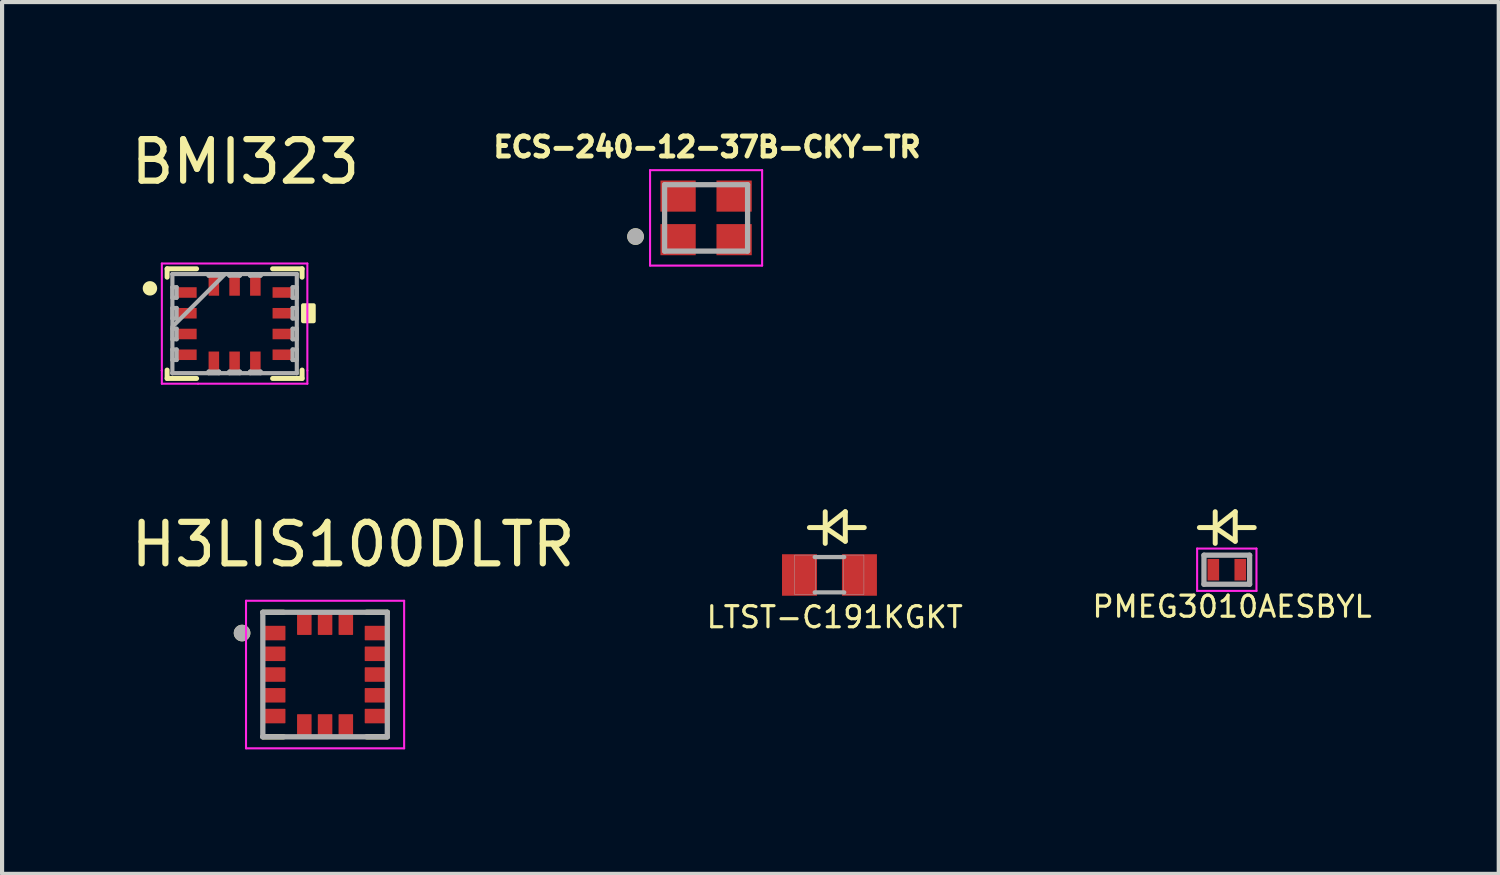
<source format=kicad_pcb>
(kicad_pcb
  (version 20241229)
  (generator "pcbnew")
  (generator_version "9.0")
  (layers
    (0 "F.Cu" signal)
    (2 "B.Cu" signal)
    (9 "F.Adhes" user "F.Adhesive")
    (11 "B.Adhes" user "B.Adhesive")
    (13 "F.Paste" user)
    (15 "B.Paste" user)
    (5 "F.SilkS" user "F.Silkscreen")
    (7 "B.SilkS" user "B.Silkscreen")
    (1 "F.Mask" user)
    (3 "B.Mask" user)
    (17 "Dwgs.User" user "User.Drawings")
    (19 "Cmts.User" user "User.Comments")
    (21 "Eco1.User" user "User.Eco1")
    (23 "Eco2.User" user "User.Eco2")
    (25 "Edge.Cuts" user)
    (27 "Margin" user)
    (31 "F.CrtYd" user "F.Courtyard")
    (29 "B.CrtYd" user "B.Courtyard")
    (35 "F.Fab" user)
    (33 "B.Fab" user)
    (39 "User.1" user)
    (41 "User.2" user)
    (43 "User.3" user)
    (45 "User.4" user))
  (footprint "BMI323"
    (layer "F.Cu")
    (at 2.603 4.748)
    (property "Reference" "BMI323" (at 0.26 -3.9 0) (layer "F.SilkS") (effects (font (size 1 1) (thickness 0.15))))
    (attr through_hole)
    (fp_line (start -1.626 -1.321) (end -1.626 -1.119) (stroke (width 0.12) (type solid)) (layer "F.SilkS"))
    (fp_line (start -1.626 1.119) (end -1.626 1.321) (stroke (width 0.12) (type solid)) (layer "F.SilkS"))
    (fp_line (start -1.626 1.321) (end -0.916 1.321) (stroke (width 0.12) (type solid)) (layer "F.SilkS"))
    (fp_line (start -0.916 -1.321) (end -1.626 -1.321) (stroke (width 0.12) (type solid)) (layer "F.SilkS"))
    (fp_line (start 0.916 1.321) (end 1.626 1.321) (stroke (width 0.12) (type solid)) (layer "F.SilkS"))
    (fp_line (start 1.626 -1.321) (end 0.916 -1.321) (stroke (width 0.12) (type solid)) (layer "F.SilkS"))
    (fp_line (start 1.626 -1.119) (end 1.626 -1.321) (stroke (width 0.12) (type solid)) (layer "F.SilkS"))
    (fp_line (start 1.626 1.321) (end 1.626 1.119) (stroke (width 0.12) (type solid)) (layer "F.SilkS"))
    (fp_circle (center -2.04 -0.85) (end -1.926 -0.85) (stroke (width 0.12) (type solid)) (fill yes) (layer "F.SilkS"))
    (fp_poly (pts (xy 1.905 -0.441) (xy 1.905 -0.059) (xy 1.651 -0.059) (xy 1.651 -0.441)) (stroke (width 0.1) (type solid)) (fill yes) (layer "F.SilkS"))
    (fp_line (start -1.753 -1.448) (end 1.753 -1.448) (stroke (width 0.05) (type solid)) (layer "F.CrtYd"))
    (fp_line (start -1.753 1.131) (end -1.753 -1.448) (stroke (width 0.05) (type solid)) (layer "F.CrtYd"))
    (fp_line (start -1.753 1.131) (end -1.753 1.131) (stroke (width 0.05) (type solid)) (layer "F.CrtYd"))
    (fp_line (start -1.753 1.131) (end -1.753 1.131) (stroke (width 0.05) (type solid)) (layer "F.CrtYd"))
    (fp_line (start -1.753 1.448) (end -1.753 1.131) (stroke (width 0.05) (type solid)) (layer "F.CrtYd"))
    (fp_line (start -0.881 1.448) (end -0.881 1.448) (stroke (width 0.05) (type solid)) (layer "F.CrtYd"))
    (fp_line (start 1.753 -1.448) (end 1.753 1.448) (stroke (width 0.05) (type solid)) (layer "F.CrtYd"))
    (fp_line (start 1.753 1.131) (end 1.753 1.131) (stroke (width 0.05) (type solid)) (layer "F.CrtYd"))
    (fp_line (start 1.753 1.448) (end -1.753 1.448) (stroke (width 0.05) (type solid)) (layer "F.CrtYd"))
    (fp_line (start -1.499 -1.194) (end -1.499 -1.194) (stroke (width 0.1) (type solid)) (layer "F.Fab"))
    (fp_line (start -1.499 -1.194) (end -1.499 1.194) (stroke (width 0.1) (type solid)) (layer "F.Fab"))
    (fp_line (start -1.499 -0.877) (end -1.397 -0.877) (stroke (width 0.1) (type solid)) (layer "F.Fab"))
    (fp_line (start -1.499 -0.623) (end -1.499 -0.877) (stroke (width 0.1) (type solid)) (layer "F.Fab"))
    (fp_line (start -1.499 -0.377) (end -1.397 -0.377) (stroke (width 0.1) (type solid)) (layer "F.Fab"))
    (fp_line (start -1.499 -0.123) (end -1.499 -0.377) (stroke (width 0.1) (type solid)) (layer "F.Fab"))
    (fp_line (start -1.499 0.076) (end -0.229 -1.194) (stroke (width 0.1) (type solid)) (layer "F.Fab"))
    (fp_line (start -1.499 0.123) (end -1.397 0.123) (stroke (width 0.1) (type solid)) (layer "F.Fab"))
    (fp_line (start -1.499 0.377) (end -1.499 0.123) (stroke (width 0.1) (type solid)) (layer "F.Fab"))
    (fp_line (start -1.499 0.623) (end -1.397 0.623) (stroke (width 0.1) (type solid)) (layer "F.Fab"))
    (fp_line (start -1.499 0.877) (end -1.499 0.623) (stroke (width 0.1) (type solid)) (layer "F.Fab"))
    (fp_line (start -1.499 1.194) (end -1.499 1.194) (stroke (width 0.1) (type solid)) (layer "F.Fab"))
    (fp_line (start -1.499 1.194) (end 1.499 1.194) (stroke (width 0.1) (type solid)) (layer "F.Fab"))
    (fp_line (start -1.397 -0.877) (end -1.397 -0.623) (stroke (width 0.1) (type solid)) (layer "F.Fab"))
    (fp_line (start -1.397 -0.623) (end -1.499 -0.623) (stroke (width 0.1) (type solid)) (layer "F.Fab"))
    (fp_line (start -1.397 -0.377) (end -1.397 -0.123) (stroke (width 0.1) (type solid)) (layer "F.Fab"))
    (fp_line (start -1.397 -0.123) (end -1.499 -0.123) (stroke (width 0.1) (type solid)) (layer "F.Fab"))
    (fp_line (start -1.397 0.123) (end -1.397 0.377) (stroke (width 0.1) (type solid)) (layer "F.Fab"))
    (fp_line (start -1.397 0.377) (end -1.499 0.377) (stroke (width 0.1) (type solid)) (layer "F.Fab"))
    (fp_line (start -1.397 0.623) (end -1.397 0.877) (stroke (width 0.1) (type solid)) (layer "F.Fab"))
    (fp_line (start -1.397 0.877) (end -1.499 0.877) (stroke (width 0.1) (type solid)) (layer "F.Fab"))
    (fp_line (start -0.627 -1.194) (end -0.373 -1.194) (stroke (width 0.1) (type solid)) (layer "F.Fab"))
    (fp_line (start -0.627 -1.156) (end -0.627 -1.194) (stroke (width 0.1) (type solid)) (layer "F.Fab"))
    (fp_line (start -0.627 1.156) (end -0.373 1.156) (stroke (width 0.1) (type solid)) (layer "F.Fab"))
    (fp_line (start -0.627 1.194) (end -0.627 1.156) (stroke (width 0.1) (type solid)) (layer "F.Fab"))
    (fp_line (start -0.373 -1.194) (end -0.373 -1.156) (stroke (width 0.1) (type solid)) (layer "F.Fab"))
    (fp_line (start -0.373 -1.156) (end -0.627 -1.156) (stroke (width 0.1) (type solid)) (layer "F.Fab"))
    (fp_line (start -0.373 1.156) (end -0.373 1.194) (stroke (width 0.1) (type solid)) (layer "F.Fab"))
    (fp_line (start -0.373 1.194) (end -0.627 1.194) (stroke (width 0.1) (type solid)) (layer "F.Fab"))
    (fp_line (start -0.127 -1.194) (end 0.127 -1.194) (stroke (width 0.1) (type solid)) (layer "F.Fab"))
    (fp_line (start -0.127 -1.156) (end -0.127 -1.194) (stroke (width 0.1) (type solid)) (layer "F.Fab"))
    (fp_line (start -0.127 1.156) (end 0.127 1.156) (stroke (width 0.1) (type solid)) (layer "F.Fab"))
    (fp_line (start -0.127 1.194) (end -0.127 1.156) (stroke (width 0.1) (type solid)) (layer "F.Fab"))
    (fp_line (start 0.127 -1.194) (end 0.127 -1.156) (stroke (width 0.1) (type solid)) (layer "F.Fab"))
    (fp_line (start 0.127 -1.156) (end -0.127 -1.156) (stroke (width 0.1) (type solid)) (layer "F.Fab"))
    (fp_line (start 0.127 1.156) (end 0.127 1.194) (stroke (width 0.1) (type solid)) (layer "F.Fab"))
    (fp_line (start 0.127 1.194) (end -0.127 1.194) (stroke (width 0.1) (type solid)) (layer "F.Fab"))
    (fp_line (start 0.373 -1.194) (end 0.627 -1.194) (stroke (width 0.1) (type solid)) (layer "F.Fab"))
    (fp_line (start 0.373 -1.156) (end 0.373 -1.194) (stroke (width 0.1) (type solid)) (layer "F.Fab"))
    (fp_line (start 0.373 1.156) (end 0.627 1.156) (stroke (width 0.1) (type solid)) (layer "F.Fab"))
    (fp_line (start 0.373 1.194) (end 0.373 1.156) (stroke (width 0.1) (type solid)) (layer "F.Fab"))
    (fp_line (start 0.627 -1.194) (end 0.627 -1.156) (stroke (width 0.1) (type solid)) (layer "F.Fab"))
    (fp_line (start 0.627 -1.156) (end 0.373 -1.156) (stroke (width 0.1) (type solid)) (layer "F.Fab"))
    (fp_line (start 0.627 1.156) (end 0.627 1.194) (stroke (width 0.1) (type solid)) (layer "F.Fab"))
    (fp_line (start 0.627 1.194) (end 0.373 1.194) (stroke (width 0.1) (type solid)) (layer "F.Fab"))
    (fp_line (start 1.397 -0.877) (end 1.499 -0.877) (stroke (width 0.1) (type solid)) (layer "F.Fab"))
    (fp_line (start 1.397 -0.623) (end 1.397 -0.877) (stroke (width 0.1) (type solid)) (layer "F.Fab"))
    (fp_line (start 1.397 -0.377) (end 1.499 -0.377) (stroke (width 0.1) (type solid)) (layer "F.Fab"))
    (fp_line (start 1.397 -0.123) (end 1.397 -0.377) (stroke (width 0.1) (type solid)) (layer "F.Fab"))
    (fp_line (start 1.397 0.123) (end 1.499 0.123) (stroke (width 0.1) (type solid)) (layer "F.Fab"))
    (fp_line (start 1.397 0.377) (end 1.397 0.123) (stroke (width 0.1) (type solid)) (layer "F.Fab"))
    (fp_line (start 1.397 0.623) (end 1.499 0.623) (stroke (width 0.1) (type solid)) (layer "F.Fab"))
    (fp_line (start 1.397 0.877) (end 1.397 0.623) (stroke (width 0.1) (type solid)) (layer "F.Fab"))
    (fp_line (start 1.499 -1.194) (end -1.499 -1.194) (stroke (width 0.1) (type solid)) (layer "F.Fab"))
    (fp_line (start 1.499 -1.194) (end 1.499 -1.194) (stroke (width 0.1) (type solid)) (layer "F.Fab"))
    (fp_line (start 1.499 -0.877) (end 1.499 -0.623) (stroke (width 0.1) (type solid)) (layer "F.Fab"))
    (fp_line (start 1.499 -0.623) (end 1.397 -0.623) (stroke (width 0.1) (type solid)) (layer "F.Fab"))
    (fp_line (start 1.499 -0.377) (end 1.499 -0.123) (stroke (width 0.1) (type solid)) (layer "F.Fab"))
    (fp_line (start 1.499 -0.123) (end 1.397 -0.123) (stroke (width 0.1) (type solid)) (layer "F.Fab"))
    (fp_line (start 1.499 0.123) (end 1.499 0.377) (stroke (width 0.1) (type solid)) (layer "F.Fab"))
    (fp_line (start 1.499 0.377) (end 1.397 0.377) (stroke (width 0.1) (type solid)) (layer "F.Fab"))
    (fp_line (start 1.499 0.623) (end 1.499 0.877) (stroke (width 0.1) (type solid)) (layer "F.Fab"))
    (fp_line (start 1.499 0.877) (end 1.397 0.877) (stroke (width 0.1) (type solid)) (layer "F.Fab"))
    (fp_line (start 1.499 1.194) (end 1.499 -1.194) (stroke (width 0.1) (type solid)) (layer "F.Fab"))
    (fp_line (start 1.499 1.194) (end 1.499 1.194) (stroke (width 0.1) (type solid)) (layer "F.Fab"))
    (pad "1" smd rect (at -1.156 -0.75 90) (size 0.254 0.483) (layers "F.Cu" "F.Mask" "F.Paste"))
    (pad "2" smd rect (at -1.156 -0.25 90) (size 0.254 0.483) (layers "F.Cu" "F.Mask" "F.Paste"))
    (pad "3" smd rect (at -1.156 0.25 90) (size 0.254 0.483) (layers "F.Cu" "F.Mask" "F.Paste"))
    (pad "4" smd rect (at -1.156 0.75 90) (size 0.254 0.483) (layers "F.Cu" "F.Mask" "F.Paste"))
    (pad "5" smd rect (at -0.5 0.914) (size 0.254 0.483) (layers "F.Cu" "F.Mask" "F.Paste"))
    (pad "6" smd rect (at 0 0.914) (size 0.254 0.483) (layers "F.Cu" "F.Mask" "F.Paste"))
    (pad "7" smd rect (at 0.5 0.914) (size 0.254 0.483) (layers "F.Cu" "F.Mask" "F.Paste"))
    (pad "8" smd rect (at 1.156 0.75 90) (size 0.254 0.483) (layers "F.Cu" "F.Mask" "F.Paste"))
    (pad "9" smd rect (at 1.156 0.25 90) (size 0.254 0.483) (layers "F.Cu" "F.Mask" "F.Paste"))
    (pad "10" smd rect (at 1.156 -0.25 90) (size 0.254 0.483) (layers "F.Cu" "F.Mask" "F.Paste"))
    (pad "11" smd rect (at 1.156 -0.75 90) (size 0.254 0.483) (layers "F.Cu" "F.Mask" "F.Paste"))
    (pad "12" smd rect (at 0.5 -0.914) (size 0.254 0.483) (layers "F.Cu" "F.Mask" "F.Paste"))
    (pad "13" smd rect (at 0 -0.914) (size 0.254 0.483) (layers "F.Cu" "F.Mask" "F.Paste"))
    (pad "14" smd rect (at -0.5 -0.914) (size 0.254 0.483) (layers "F.Cu" "F.Mask" "F.Paste")))
  (footprint "H3LIS100DLTR"
    (layer "F.Cu")
    (at 4.783 13.204)
    (property "Reference" "H3LIS100DLTR" (at 0.675 -3.135 0) (layer "F.SilkS") (effects (font (size 1 1) (thickness 0.15))))
    (attr smd)
    (fp_line (start -1.5 -1.5) (end -1 -1.5) (stroke (width 0.127) (type solid)) (layer "F.SilkS"))
    (fp_line (start -1.5 1.5) (end -1 1.5) (stroke (width 0.127) (type solid)) (layer "F.SilkS"))
    (fp_line (start 1.5 -1.5) (end 1 -1.5) (stroke (width 0.127) (type solid)) (layer "F.SilkS"))
    (fp_line (start 1.5 1.5) (end 1 1.5) (stroke (width 0.127) (type solid)) (layer "F.SilkS"))
    (fp_circle (center -2 -1) (end -1.9 -1) (stroke (width 0.2) (type solid)) (fill no) (layer "F.SilkS"))
    (fp_line (start -1.905 -1.778) (end 1.905 -1.778) (stroke (width 0.05) (type solid)) (layer "F.CrtYd"))
    (fp_line (start -1.905 1.778) (end -1.905 -1.778) (stroke (width 0.05) (type solid)) (layer "F.CrtYd"))
    (fp_line (start -1.905 1.778) (end 1.905 1.778) (stroke (width 0.05) (type solid)) (layer "F.CrtYd"))
    (fp_line (start 1.905 1.778) (end 1.905 -1.778) (stroke (width 0.05) (type solid)) (layer "F.CrtYd"))
    (fp_line (start -1.5 1.5) (end -1.5 -1.5) (stroke (width 0.127) (type solid)) (layer "F.Fab"))
    (fp_line (start 1.5 -1.5) (end -1.5 -1.5) (stroke (width 0.127) (type solid)) (layer "F.Fab"))
    (fp_line (start 1.5 1.5) (end -1.5 1.5) (stroke (width 0.127) (type solid)) (layer "F.Fab"))
    (fp_line (start 1.5 1.5) (end 1.5 -1.5) (stroke (width 0.127) (type solid)) (layer "F.Fab"))
    (fp_circle (center -2 -1) (end -1.9 -1) (stroke (width 0.2) (type solid)) (fill no) (layer "F.Fab"))
    (pad "1" smd roundrect (at -1.22 -1) (size 0.53 0.35) (layers "F.Cu" "F.Mask" "F.Paste") (roundrect_rratio 0.04))
    (pad "2" smd roundrect (at -1.22 -0.5) (size 0.53 0.35) (layers "F.Cu" "F.Mask" "F.Paste") (roundrect_rratio 0.04))
    (pad "3" smd roundrect (at -1.22 0) (size 0.53 0.35) (layers "F.Cu" "F.Mask" "F.Paste") (roundrect_rratio 0.04))
    (pad "4" smd roundrect (at -1.22 0.5) (size 0.53 0.35) (layers "F.Cu" "F.Mask" "F.Paste") (roundrect_rratio 0.04))
    (pad "5" smd roundrect (at -1.22 1) (size 0.53 0.35) (layers "F.Cu" "F.Mask" "F.Paste") (roundrect_rratio 0.04))
    (pad "6" smd roundrect (at -0.5 1.22 90) (size 0.53 0.35) (layers "F.Cu" "F.Mask" "F.Paste") (roundrect_rratio 0.04))
    (pad "7" smd roundrect (at 0 1.22 90) (size 0.53 0.35) (layers "F.Cu" "F.Mask" "F.Paste") (roundrect_rratio 0.04))
    (pad "8" smd roundrect (at 0.5 1.22 90) (size 0.53 0.35) (layers "F.Cu" "F.Mask" "F.Paste") (roundrect_rratio 0.04))
    (pad "9" smd roundrect (at 1.22 1) (size 0.53 0.35) (layers "F.Cu" "F.Mask" "F.Paste") (roundrect_rratio 0.04))
    (pad "10" smd roundrect (at 1.22 0.5) (size 0.53 0.35) (layers "F.Cu" "F.Mask" "F.Paste") (roundrect_rratio 0.04))
    (pad "11" smd roundrect (at 1.22 0) (size 0.53 0.35) (layers "F.Cu" "F.Mask" "F.Paste") (roundrect_rratio 0.04))
    (pad "12" smd roundrect (at 1.22 -0.5) (size 0.53 0.35) (layers "F.Cu" "F.Mask" "F.Paste") (roundrect_rratio 0.04))
    (pad "13" smd roundrect (at 1.22 -1) (size 0.53 0.35) (layers "F.Cu" "F.Mask" "F.Paste") (roundrect_rratio 0.04))
    (pad "14" smd roundrect (at 0.5 -1.22 90) (size 0.53 0.35) (layers "F.Cu" "F.Mask" "F.Paste") (roundrect_rratio 0.04))
    (pad "15" smd roundrect (at 0 -1.22 90) (size 0.53 0.35) (layers "F.Cu" "F.Mask" "F.Paste") (roundrect_rratio 0.04))
    (pad "16" smd roundrect (at -0.5 -1.22 90) (size 0.53 0.35) (layers "F.Cu" "F.Mask" "F.Paste") (roundrect_rratio 0.04)))
  (footprint "PMEG3010AESBYL"
    (layer "F.Cu")
    (at 26.511 10.678)
    (property "Reference" "PMEG3010AESBYL" (at 0.127 0.889 0) (layer "F.SilkS") (effects (font (size 0.508 0.508) (thickness 0.076))))
    (attr smd)
    (fp_line (start -0.279 -1.397) (end -0.279 -0.635) (stroke (width 0.12) (type solid)) (layer "F.SilkS"))
    (fp_line (start -0.254 -1.016) (end -0.66 -1.016) (stroke (width 0.12) (type solid)) (layer "F.SilkS"))
    (fp_line (start 0.203 -1.397) (end -0.279 -1.016) (stroke (width 0.12) (type solid)) (layer "F.SilkS"))
    (fp_line (start 0.203 -1.397) (end 0.203 -0.686) (stroke (width 0.12) (type solid)) (layer "F.SilkS"))
    (fp_line (start 0.203 -0.686) (end -0.279 -1.016) (stroke (width 0.12) (type solid)) (layer "F.SilkS"))
    (fp_line (start 0.66 -1.016) (end 0.254 -1.016) (stroke (width 0.12) (type solid)) (layer "F.SilkS"))
    (fp_line (start -0.715 -0.51) (end -0.715 0.51) (stroke (width 0.05) (type solid)) (layer "F.CrtYd"))
    (fp_line (start -0.715 0.51) (end 0.715 0.51) (stroke (width 0.05) (type solid)) (layer "F.CrtYd"))
    (fp_line (start 0.715 -0.51) (end -0.715 -0.51) (stroke (width 0.05) (type solid)) (layer "F.CrtYd"))
    (fp_line (start 0.715 0.51) (end 0.715 -0.51) (stroke (width 0.05) (type solid)) (layer "F.CrtYd"))
    (fp_line (start -0.55 -0.35) (end 0.55 -0.35) (stroke (width 0.127) (type solid)) (layer "F.Fab"))
    (fp_line (start -0.55 0.35) (end -0.55 -0.35) (stroke (width 0.127) (type solid)) (layer "F.Fab"))
    (fp_line (start -0.55 0.35) (end 0.55 0.35) (stroke (width 0.127) (type solid)) (layer "F.Fab"))
    (fp_line (start 0.55 0.35) (end 0.55 -0.35) (stroke (width 0.127) (type solid)) (layer "F.Fab"))
    (pad "A" smd rect (at 0.325 0) (size 0.28 0.52) (layers "F.Cu" "F.Mask" "F.Paste"))
    (pad "C" smd rect (at -0.325 0) (size 0.28 0.52) (layers "F.Cu" "F.Mask" "F.Paste")))
  (footprint "ECS-240-12-37B-CKY-TR"
    (layer "F.Cu")
    (at 13.964 2.2)
    (property "Reference" "ECS-240-12-37B-CKY-TR" (at 0.024 -1.708 0) (layer "F.SilkS") (effects (font (size 0.481 0.481) (thickness 0.15))))
    (attr smd)
    (fp_circle (center -1.7 0.45) (end -1.6 0.45) (stroke (width 0.2) (type solid)) (fill no) (layer "F.SilkS"))
    (fp_line (start -1.35 -1.15) (end -1.35 1.15) (stroke (width 0.05) (type solid)) (layer "F.CrtYd"))
    (fp_line (start -1.35 1.15) (end 1.35 1.15) (stroke (width 0.05) (type solid)) (layer "F.CrtYd"))
    (fp_line (start 1.35 -1.15) (end -1.35 -1.15) (stroke (width 0.05) (type solid)) (layer "F.CrtYd"))
    (fp_line (start 1.35 1.15) (end 1.35 -1.15) (stroke (width 0.05) (type solid)) (layer "F.CrtYd"))
    (fp_line (start -1 -0.8) (end -1 0.8) (stroke (width 0.127) (type solid)) (layer "F.Fab"))
    (fp_line (start -1 0.8) (end 1 0.8) (stroke (width 0.127) (type solid)) (layer "F.Fab"))
    (fp_line (start 1 -0.8) (end -1 -0.8) (stroke (width 0.127) (type solid)) (layer "F.Fab"))
    (fp_line (start 1 0.8) (end 1 -0.8) (stroke (width 0.127) (type solid)) (layer "F.Fab"))
    (fp_circle (center -1.7 0.45) (end -1.6 0.45) (stroke (width 0.2) (type solid)) (fill no) (layer "F.Fab"))
    (pad "1" smd rect (at -0.675 0.525) (size 0.85 0.75) (layers "F.Cu" "F.Mask" "F.Paste"))
    (pad "2" smd rect (at 0.675 0.525) (size 0.85 0.75) (layers "F.Cu" "F.Mask" "F.Paste"))
    (pad "3" smd rect (at 0.675 -0.525) (size 0.85 0.75) (layers "F.Cu" "F.Mask" "F.Paste"))
    (pad "4" smd rect (at -0.675 -0.525) (size 0.85 0.75) (layers "F.Cu" "F.Mask" "F.Paste")))
  (footprint "LTST-C191KGKT"
    (layer "F.Cu")
    (at 16.937 10.805)
    (property "Reference" "LTST-C191KGKT" (at 0.127 1.016 0) (layer "F.SilkS") (effects (font (size 0.508 0.508) (thickness 0.076))))
    (attr smd)
    (fp_line (start -0.102 -1.524) (end -0.102 -0.762) (stroke (width 0.12) (type solid)) (layer "F.SilkS"))
    (fp_line (start -0.076 -1.143) (end -0.483 -1.143) (stroke (width 0.12) (type solid)) (layer "F.SilkS"))
    (fp_line (start 0.381 -1.524) (end -0.102 -1.143) (stroke (width 0.12) (type solid)) (layer "F.SilkS"))
    (fp_line (start 0.381 -1.524) (end 0.381 -0.813) (stroke (width 0.12) (type solid)) (layer "F.SilkS"))
    (fp_line (start 0.381 -0.813) (end -0.102 -1.143) (stroke (width 0.12) (type solid)) (layer "F.SilkS"))
    (fp_line (start 0.838 -1.143) (end 0.432 -1.143) (stroke (width 0.12) (type solid)) (layer "F.SilkS"))
    (fp_line (start -0.356 -0.432) (end 0.356 -0.432) (stroke (width 0.102) (type solid)) (layer "F.Fab"))
    (fp_line (start -0.356 0.419) (end 0.356 0.419) (stroke (width 0.102) (type solid)) (layer "F.Fab"))
    (fp_poly (pts (xy -0.84 -0.48) (xy -0.338 -0.48) (xy -0.338 0.471) (xy -0.84 0.471)) (stroke (width 0.01) (type solid)) (fill no) (layer "F.Fab"))
    (fp_poly (pts (xy 0.331 -0.48) (xy 0.83 -0.48) (xy 0.83 0.471) (xy 0.331 0.471)) (stroke (width 0.01) (type solid)) (fill no) (layer "F.Fab"))
    (pad "1" smd rect (at -0.722 0) (size 0.843 1) (layers "F.Cu" "F.Mask" "F.Paste"))
    (pad "2" smd rect (at 0.722 0) (size 0.843 1) (layers "F.Cu" "F.Mask" "F.Paste")))
  (gr_rect
    (start -3 -3)
    (end 33.064 18.007)
    (stroke (width 0.1) (type default))
    (fill no)
    (layer "Edge.Cuts")))
</source>
